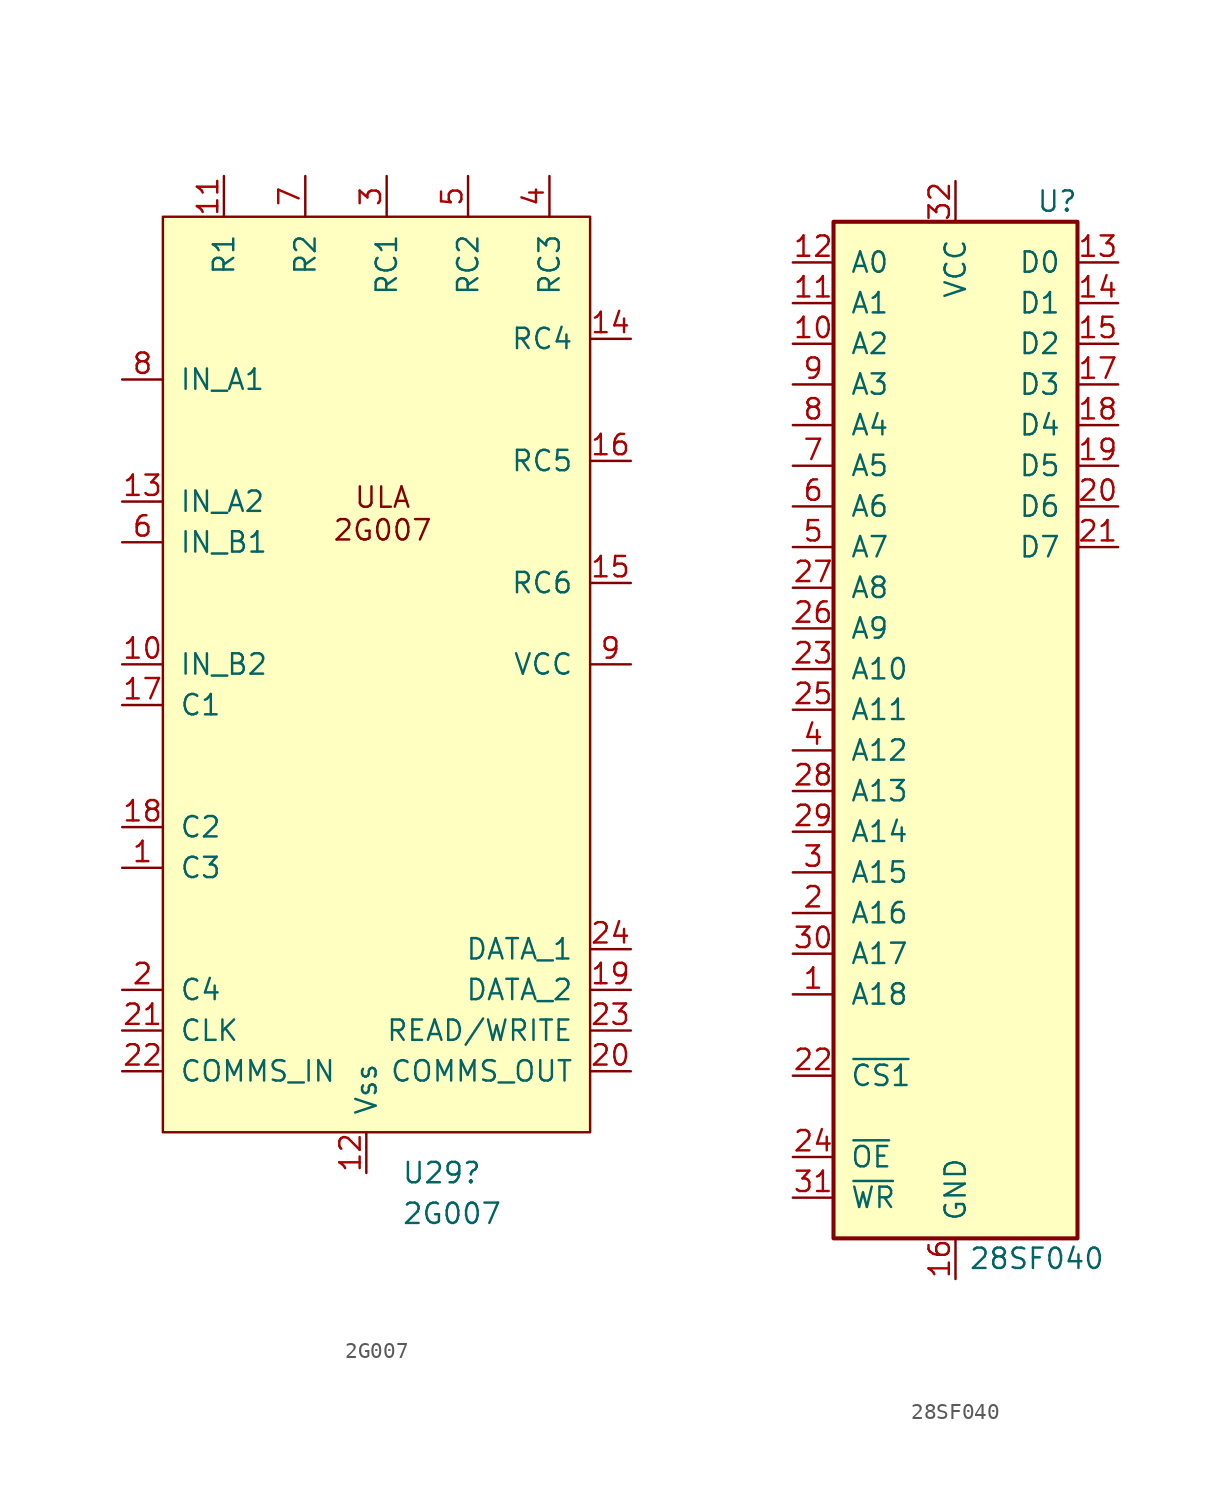
<source format=kicad_sym>
(kicad_symbol_lib
  (version 20241209)
  (generator "kicad_symbol_editor")
  (generator_version "9.0")
  (symbol "2G007"
    (pin_names
      (offset 1.016))
    (property "Reference" "U29"
      (at 0.924 -31.75 0)
      (effects (font (size 1.27 1.27)) (justify left)))
    (property "Value" "2G007"
      (at 0.924 -34.29 0)
      (effects (font (size 1.27 1.27)) (justify left)))
    (symbol "2G007_0_1"
      (rectangle (start -13.97 27.94) (end 12.7 -29.21) (stroke (width 0) (type default)) (fill (type background))))
    (symbol "2G007_1_1"
      (text "ULA\n2G007" (at -0.254 9.398 0) (effects (font (size 1.27 1.27))))
      (pin passive line (at -16.51 17.78 0) (length 2.54) (name "IN_A1" (effects (font (size 1.27 1.27)))) (number "8" (effects (font (size 1.27 1.27)))))
      (pin passive line (at -16.51 10.16 0) (length 2.54) (name "IN_A2" (effects (font (size 1.27 1.27)))) (number "13" (effects (font (size 1.27 1.27)))))
      (pin passive line (at -16.51 7.62 0) (length 2.54) (name "IN_B1" (effects (font (size 1.27 1.27)))) (number "6" (effects (font (size 1.27 1.27)))))
      (pin passive line (at -16.51 0 0) (length 2.54) (name "IN_B2" (effects (font (size 1.27 1.27)))) (number "10" (effects (font (size 1.27 1.27)))))
      (pin passive line (at -16.51 -2.54 0) (length 2.54) (name "C1" (effects (font (size 1.27 1.27)))) (number "17" (effects (font (size 1.27 1.27)))))
      (pin passive line (at -16.51 -10.16 0) (length 2.54) (name "C2" (effects (font (size 1.27 1.27)))) (number "18" (effects (font (size 1.27 1.27)))))
      (pin passive line (at -16.51 -12.7 0) (length 2.54) (name "C3" (effects (font (size 1.27 1.27)))) (number "1" (effects (font (size 1.27 1.27)))))
      (pin passive line (at -16.51 -20.32 0) (length 2.54) (name "C4" (effects (font (size 1.27 1.27)))) (number "2" (effects (font (size 1.27 1.27)))))
      (pin input line (at -16.51 -22.86 0) (length 2.54) (name "CLK" (effects (font (size 1.27 1.27)))) (number "21" (effects (font (size 1.27 1.27)))))
      (pin input line (at -16.51 -25.4 0) (length 2.54) (name "COMMS_IN" (effects (font (size 1.27 1.27)))) (number "22" (effects (font (size 1.27 1.27)))))
      (pin passive line (at -10.16 30.48 270) (length 2.54) (name "R1" (effects (font (size 1.27 1.27)))) (number "11" (effects (font (size 1.27 1.27)))))
      (pin passive line (at -5.08 30.48 270) (length 2.54) (name "R2" (effects (font (size 1.27 1.27)))) (number "7" (effects (font (size 1.27 1.27)))))
      (pin power_in line (at -1.27 -31.75 90) (length 2.54) (name "Vss" (effects (font (size 1.27 1.27)))) (number "12" (effects (font (size 1.27 1.27)))))
      (pin passive line (at 0 30.48 270) (length 2.54) (name "RC1" (effects (font (size 1.27 1.27)))) (number "3" (effects (font (size 1.27 1.27)))))
      (pin passive line (at 5.08 30.48 270) (length 2.54) (name "RC2" (effects (font (size 1.27 1.27)))) (number "5" (effects (font (size 1.27 1.27)))))
      (pin passive line (at 10.16 30.48 270) (length 2.54) (name "RC3" (effects (font (size 1.27 1.27)))) (number "4" (effects (font (size 1.27 1.27)))))
      (pin passive line (at 15.24 20.32 180) (length 2.54) (name "RC4" (effects (font (size 1.27 1.27)))) (number "14" (effects (font (size 1.27 1.27)))))
      (pin passive line (at 15.24 12.7 180) (length 2.54) (name "RC5" (effects (font (size 1.27 1.27)))) (number "16" (effects (font (size 1.27 1.27)))))
      (pin passive line (at 15.24 5.08 180) (length 2.54) (name "RC6" (effects (font (size 1.27 1.27)))) (number "15" (effects (font (size 1.27 1.27)))))
      (pin power_in line (at 15.24 0 180) (length 2.54) (name "VCC" (effects (font (size 1.27 1.27)))) (number "9" (effects (font (size 1.27 1.27)))))
      (pin bidirectional line (at 15.24 -17.78 180) (length 2.54) (name "DATA_1" (effects (font (size 1.27 1.27)))) (number "24" (effects (font (size 1.27 1.27)))))
      (pin bidirectional line (at 15.24 -20.32 180) (length 2.54) (name "DATA_2" (effects (font (size 1.27 1.27)))) (number "19" (effects (font (size 1.27 1.27)))))
      (pin input line (at 15.24 -22.86 180) (length 2.54) (name "READ/WRITE" (effects (font (size 1.27 1.27)))) (number "23" (effects (font (size 1.27 1.27)))))
      (pin output line (at 15.24 -25.4 180) (length 2.54) (name "COMMS_OUT" (effects (font (size 1.27 1.27)))) (number "20" (effects (font (size 1.27 1.27)))))))
  (symbol "28SF040"
    (pin_names
      (offset 1.016))
    (property "Reference" "U"
      (at 6.35 33.02 0)
      (effects (font (size 1.27 1.27))))
    (property "Value" "28SF040"
      (at 5.08 -33.02 0)
      (effects (font (size 1.27 1.27))))
    (symbol "28SF040_1_1"
      (rectangle (start -7.62 31.75) (end 7.62 -31.75) (stroke (width 0.254) (type default)) (fill (type background)))
      (pin input line (at -10.16 29.21 0) (length 2.54) (name "A0" (effects (font (size 1.27 1.27)))) (number "12" (effects (font (size 1.27 1.27)))))
      (pin input line (at -10.16 26.67 0) (length 2.54) (name "A1" (effects (font (size 1.27 1.27)))) (number "11" (effects (font (size 1.27 1.27)))))
      (pin input line (at -10.16 24.13 0) (length 2.54) (name "A2" (effects (font (size 1.27 1.27)))) (number "10" (effects (font (size 1.27 1.27)))))
      (pin input line (at -10.16 21.59 0) (length 2.54) (name "A3" (effects (font (size 1.27 1.27)))) (number "9" (effects (font (size 1.27 1.27)))))
      (pin input line (at -10.16 19.05 0) (length 2.54) (name "A4" (effects (font (size 1.27 1.27)))) (number "8" (effects (font (size 1.27 1.27)))))
      (pin input line (at -10.16 16.51 0) (length 2.54) (name "A5" (effects (font (size 1.27 1.27)))) (number "7" (effects (font (size 1.27 1.27)))))
      (pin input line (at -10.16 13.97 0) (length 2.54) (name "A6" (effects (font (size 1.27 1.27)))) (number "6" (effects (font (size 1.27 1.27)))))
      (pin input line (at -10.16 11.43 0) (length 2.54) (name "A7" (effects (font (size 1.27 1.27)))) (number "5" (effects (font (size 1.27 1.27)))))
      (pin input line (at -10.16 8.89 0) (length 2.54) (name "A8" (effects (font (size 1.27 1.27)))) (number "27" (effects (font (size 1.27 1.27)))))
      (pin input line (at -10.16 6.35 0) (length 2.54) (name "A9" (effects (font (size 1.27 1.27)))) (number "26" (effects (font (size 1.27 1.27)))))
      (pin input line (at -10.16 3.81 0) (length 2.54) (name "A10" (effects (font (size 1.27 1.27)))) (number "23" (effects (font (size 1.27 1.27)))))
      (pin input line (at -10.16 1.27 0) (length 2.54) (name "A11" (effects (font (size 1.27 1.27)))) (number "25" (effects (font (size 1.27 1.27)))))
      (pin input line (at -10.16 -1.27 0) (length 2.54) (name "A12" (effects (font (size 1.27 1.27)))) (number "4" (effects (font (size 1.27 1.27)))))
      (pin input line (at -10.16 -3.81 0) (length 2.54) (name "A13" (effects (font (size 1.27 1.27)))) (number "28" (effects (font (size 1.27 1.27)))))
      (pin input line (at -10.16 -6.35 0) (length 2.54) (name "A14" (effects (font (size 1.27 1.27)))) (number "29" (effects (font (size 1.27 1.27)))))
      (pin input line (at -10.16 -8.89 0) (length 2.54) (name "A15" (effects (font (size 1.27 1.27)))) (number "3" (effects (font (size 1.27 1.27)))))
      (pin input line (at -10.16 -11.43 0) (length 2.54) (name "A16" (effects (font (size 1.27 1.27)))) (number "2" (effects (font (size 1.27 1.27)))))
      (pin input line (at -10.16 -13.97 0) (length 2.54) (name "A17" (effects (font (size 1.27 1.27)))) (number "30" (effects (font (size 1.27 1.27)))))
      (pin input line (at -10.16 -16.51 0) (length 2.54) (name "A18" (effects (font (size 1.27 1.27)))) (number "1" (effects (font (size 1.27 1.27)))))
      (pin input line (at -10.16 -21.59 0) (length 2.54) (name "~{CS1}" (effects (font (size 1.27 1.27)))) (number "22" (effects (font (size 1.27 1.27)))))
      (pin input line (at -10.16 -26.67 0) (length 2.54) (name "~{OE}" (effects (font (size 1.27 1.27)))) (number "24" (effects (font (size 1.27 1.27)))))
      (pin input line (at -10.16 -29.21 0) (length 2.54) (name "~{WR}" (effects (font (size 1.27 1.27)))) (number "31" (effects (font (size 1.27 1.27)))))
      (pin power_in line (at 0 34.29 270) (length 2.54) (name "VCC" (effects (font (size 1.27 1.27)))) (number "32" (effects (font (size 1.27 1.27)))))
      (pin power_in line (at 0 -34.29 90) (length 2.54) (name "GND" (effects (font (size 1.27 1.27)))) (number "16" (effects (font (size 1.27 1.27)))))
      (pin tri_state line (at 10.16 29.21 180) (length 2.54) (name "D0" (effects (font (size 1.27 1.27)))) (number "13" (effects (font (size 1.27 1.27)))))
      (pin tri_state line (at 10.16 26.67 180) (length 2.54) (name "D1" (effects (font (size 1.27 1.27)))) (number "14" (effects (font (size 1.27 1.27)))))
      (pin tri_state line (at 10.16 24.13 180) (length 2.54) (name "D2" (effects (font (size 1.27 1.27)))) (number "15" (effects (font (size 1.27 1.27)))))
      (pin tri_state line (at 10.16 21.59 180) (length 2.54) (name "D3" (effects (font (size 1.27 1.27)))) (number "17" (effects (font (size 1.27 1.27)))))
      (pin tri_state line (at 10.16 19.05 180) (length 2.54) (name "D4" (effects (font (size 1.27 1.27)))) (number "18" (effects (font (size 1.27 1.27)))))
      (pin tri_state line (at 10.16 16.51 180) (length 2.54) (name "D5" (effects (font (size 1.27 1.27)))) (number "19" (effects (font (size 1.27 1.27)))))
      (pin tri_state line (at 10.16 13.97 180) (length 2.54) (name "D6" (effects (font (size 1.27 1.27)))) (number "20" (effects (font (size 1.27 1.27)))))
      (pin tri_state line (at 10.16 11.43 180) (length 2.54) (name "D7" (effects (font (size 1.27 1.27)))) (number "21" (effects (font (size 1.27 1.27))))))))
</source>
